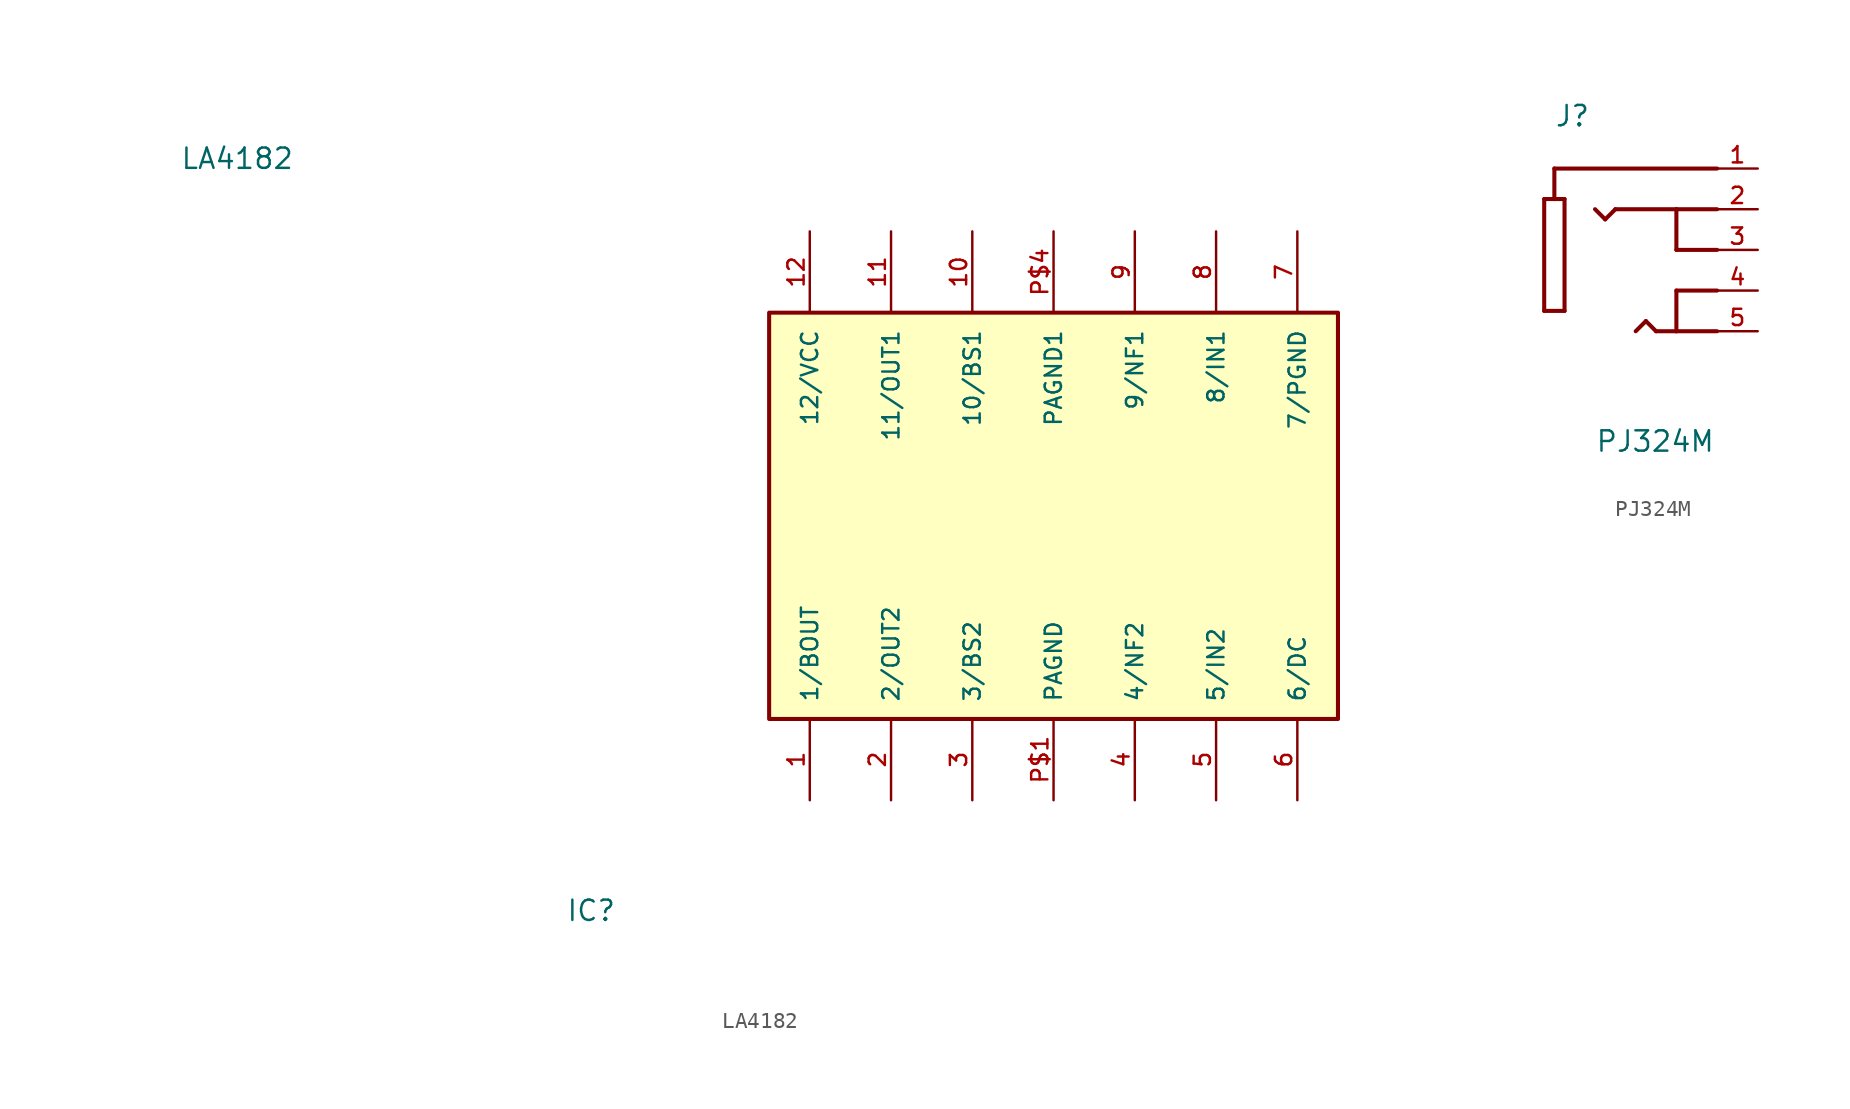
<source format=kicad_sym>
(kicad_symbol_lib
  (version 20220914)
  (generator kicad_symbol_editor)
  (symbol "LA4182"
    (pin_names
      (offset 1.016))
    (property "Reference" "IC"
      (at -5.085 -25.426 0)
      (effects (font (size 1.27 1.27)) (justify left bottom)))
    (property "Value" "LA4182"
      (at -29.21 21.59 0)
      (effects (font (size 1.27 1.27)) (justify left bottom)))
    (symbol "LA4182_0_0"
      (rectangle (start 7.62 -12.7) (end 43.18 12.7) (stroke (width 0.254) (type default)) (fill (type background)))
      (pin bidirectional line (at 10.16 -17.78 90) (length 5.08) (name "1/BOUT" (effects (font (size 1.016 1.016)))) (number "1" (effects (font (size 1.016 1.016)))))
      (pin bidirectional line (at 20.32 17.78 270) (length 5.08) (name "10/BS1" (effects (font (size 1.016 1.016)))) (number "10" (effects (font (size 1.016 1.016)))))
      (pin output line (at 15.24 17.78 270) (length 5.08) (name "11/OUT1" (effects (font (size 1.016 1.016)))) (number "11" (effects (font (size 1.016 1.016)))))
      (pin power_in line (at 10.16 17.78 270) (length 5.08) (name "12/VCC" (effects (font (size 1.016 1.016)))) (number "12" (effects (font (size 1.016 1.016)))))
      (pin output line (at 15.24 -17.78 90) (length 5.08) (name "2/OUT2" (effects (font (size 1.016 1.016)))) (number "2" (effects (font (size 1.016 1.016)))))
      (pin bidirectional line (at 20.32 -17.78 90) (length 5.08) (name "3/BS2" (effects (font (size 1.016 1.016)))) (number "3" (effects (font (size 1.016 1.016)))))
      (pin bidirectional line (at 30.48 -17.78 90) (length 5.08) (name "4/NF2" (effects (font (size 1.016 1.016)))) (number "4" (effects (font (size 1.016 1.016)))))
      (pin input line (at 35.56 -17.78 90) (length 5.08) (name "5/IN2" (effects (font (size 1.016 1.016)))) (number "5" (effects (font (size 1.016 1.016)))))
      (pin bidirectional line (at 40.64 -17.78 90) (length 5.08) (name "6/DC" (effects (font (size 1.016 1.016)))) (number "6" (effects (font (size 1.016 1.016)))))
      (pin power_in line (at 40.64 17.78 270) (length 5.08) (name "7/PGND" (effects (font (size 1.016 1.016)))) (number "7" (effects (font (size 1.016 1.016)))))
      (pin input line (at 35.56 17.78 270) (length 5.08) (name "8/IN1" (effects (font (size 1.016 1.016)))) (number "8" (effects (font (size 1.016 1.016)))))
      (pin bidirectional line (at 30.48 17.78 270) (length 5.08) (name "9/NF1" (effects (font (size 1.016 1.016)))) (number "9" (effects (font (size 1.016 1.016)))))
      (pin power_in line (at 25.4 -17.78 90) (length 5.08) (name "PAGND" (effects (font (size 1.016 1.016)))) (number "P$1" (effects (font (size 1.016 1.016)))))
      (pin power_in line (at 25.4 17.78 270) (length 5.08) (name "PAGND1" (effects (font (size 1.016 1.016)))) (number "P$4" (effects (font (size 1.016 1.016)))))))
  (symbol "PJ324M"
    (pin_names
      (offset 1.016))
    (property "Reference" "J"
      (at -5.08 7.62 0)
      (effects (font (size 1.27 1.27)) (justify left bottom)))
    (property "Value" "PJ324M"
      (at -2.54 -12.7 0)
      (effects (font (size 1.27 1.27)) (justify left bottom)))
    (symbol "PJ324M_0_0"
      (polyline (pts (xy -5.715 -3.81) (xy -5.715 3.175)) (stroke (width 0.254) (type default)) (fill (type none)))
      (polyline (pts (xy -5.715 3.175) (xy -5.08 3.175)) (stroke (width 0.254) (type default)) (fill (type none)))
      (polyline (pts (xy -5.08 3.175) (xy -4.445 3.175)) (stroke (width 0.254) (type default)) (fill (type none)))
      (polyline (pts (xy -5.08 5.08) (xy -5.08 3.175)) (stroke (width 0.254) (type default)) (fill (type none)))
      (polyline (pts (xy -4.445 -3.81) (xy -5.715 -3.81)) (stroke (width 0.254) (type default)) (fill (type none)))
      (polyline (pts (xy -4.445 3.175) (xy -4.445 -3.81)) (stroke (width 0.254) (type default)) (fill (type none)))
      (polyline (pts (xy -1.905 1.905) (xy -2.54 2.54)) (stroke (width 0.254) (type default)) (fill (type none)))
      (polyline (pts (xy -1.27 2.54) (xy -1.905 1.905)) (stroke (width 0.254) (type default)) (fill (type none)))
      (polyline (pts (xy 0.635 -4.445) (xy 0 -5.08)) (stroke (width 0.254) (type default)) (fill (type none)))
      (polyline (pts (xy 1.27 -5.08) (xy 0.635 -4.445)) (stroke (width 0.254) (type default)) (fill (type none)))
      (polyline (pts (xy 2.54 -5.08) (xy 1.27 -5.08)) (stroke (width 0.254) (type default)) (fill (type none)))
      (polyline (pts (xy 2.54 -2.54) (xy 2.54 -5.08)) (stroke (width 0.254) (type default)) (fill (type none)))
      (polyline (pts (xy 2.54 0) (xy 2.54 2.54)) (stroke (width 0.254) (type default)) (fill (type none)))
      (polyline (pts (xy 2.54 2.54) (xy -1.27 2.54)) (stroke (width 0.254) (type default)) (fill (type none)))
      (polyline (pts (xy 5.08 -5.08) (xy 2.54 -5.08)) (stroke (width 0.254) (type default)) (fill (type none)))
      (polyline (pts (xy 5.08 -2.54) (xy 2.54 -2.54)) (stroke (width 0.254) (type default)) (fill (type none)))
      (polyline (pts (xy 5.08 0) (xy 2.54 0)) (stroke (width 0.254) (type default)) (fill (type none)))
      (polyline (pts (xy 5.08 2.54) (xy 2.54 2.54)) (stroke (width 0.254) (type default)) (fill (type none)))
      (polyline (pts (xy 5.08 5.08) (xy -5.08 5.08)) (stroke (width 0.254) (type default)) (fill (type none)))
      (pin passive line (at 7.62 5.08 180) (length 2.54) (name "~" (effects (font (size 1.016 1.016)))) (number "1" (effects (font (size 1.016 1.016)))))
      (pin passive line (at 7.62 2.54 180) (length 2.54) (name "~" (effects (font (size 1.016 1.016)))) (number "2" (effects (font (size 1.016 1.016)))))
      (pin passive line (at 7.62 0 180) (length 2.54) (name "~" (effects (font (size 1.016 1.016)))) (number "3" (effects (font (size 1.016 1.016)))))
      (pin passive line (at 7.62 -2.54 180) (length 2.54) (name "~" (effects (font (size 1.016 1.016)))) (number "4" (effects (font (size 1.016 1.016)))))
      (pin passive line (at 7.62 -5.08 180) (length 2.54) (name "~" (effects (font (size 1.016 1.016)))) (number "5" (effects (font (size 1.016 1.016))))))))
</source>
